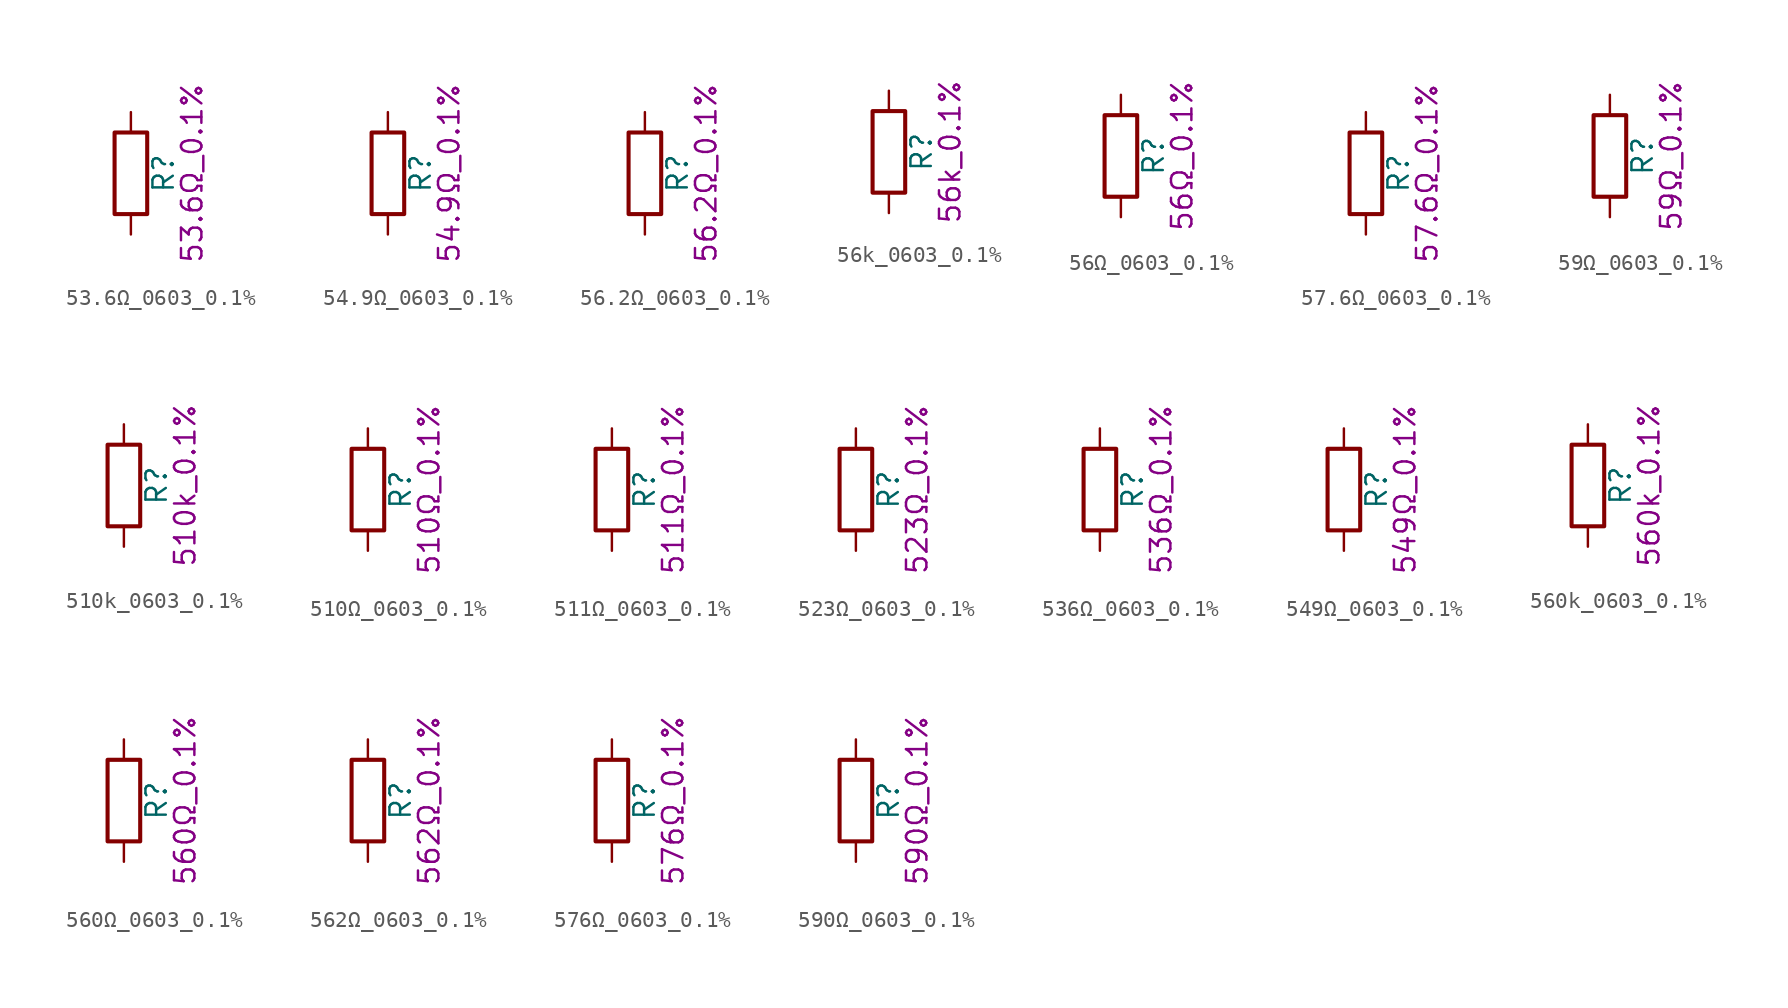
<source format=kicad_sym>
(kicad_symbol_lib
  (version 20211014)
  (generator kicad_symbol_editor)
  (symbol "53.6Ω_0603_0.1%"
    (pin_numbers hide)
    (pin_names
      (offset 0))
    (property "Reference" "R"
      (at 2.032 0 90)
      (effects (font (size 1.27 1.27))))
    (property "Display" "53.6Ω_0.1%"
      (at 3.81 0 90)
      (effects (font (size 1.27 1.27))))
    (symbol "53.6Ω_0603_0.1%_0_1"
      (rectangle (start -1.016 -2.54) (end 1.016 2.54) (stroke (width 0.254) (type default) (color 0 0 0 0)) (fill (type none))))
    (symbol "53.6Ω_0603_0.1%_1_1"
      (pin passive line (at 0 3.81 270) (length 1.27) (name "~" (effects (font (size 1.27 1.27)))) (number "1" (effects (font (size 1.27 1.27)))))
      (pin passive line (at 0 -3.81 90) (length 1.27) (name "~" (effects (font (size 1.27 1.27)))) (number "2" (effects (font (size 1.27 1.27)))))))
  (symbol "54.9Ω_0603_0.1%"
    (pin_numbers hide)
    (pin_names
      (offset 0))
    (property "Reference" "R"
      (at 2.032 0 90)
      (effects (font (size 1.27 1.27))))
    (property "Display" "54.9Ω_0.1%"
      (at 3.81 0 90)
      (effects (font (size 1.27 1.27))))
    (symbol "54.9Ω_0603_0.1%_0_1"
      (rectangle (start -1.016 -2.54) (end 1.016 2.54) (stroke (width 0.254) (type default) (color 0 0 0 0)) (fill (type none))))
    (symbol "54.9Ω_0603_0.1%_1_1"
      (pin passive line (at 0 3.81 270) (length 1.27) (name "~" (effects (font (size 1.27 1.27)))) (number "1" (effects (font (size 1.27 1.27)))))
      (pin passive line (at 0 -3.81 90) (length 1.27) (name "~" (effects (font (size 1.27 1.27)))) (number "2" (effects (font (size 1.27 1.27)))))))
  (symbol "56.2Ω_0603_0.1%"
    (pin_numbers hide)
    (pin_names
      (offset 0))
    (property "Reference" "R"
      (at 2.032 0 90)
      (effects (font (size 1.27 1.27))))
    (property "Display" "56.2Ω_0.1%"
      (at 3.81 0 90)
      (effects (font (size 1.27 1.27))))
    (symbol "56.2Ω_0603_0.1%_0_1"
      (rectangle (start -1.016 -2.54) (end 1.016 2.54) (stroke (width 0.254) (type default) (color 0 0 0 0)) (fill (type none))))
    (symbol "56.2Ω_0603_0.1%_1_1"
      (pin passive line (at 0 3.81 270) (length 1.27) (name "~" (effects (font (size 1.27 1.27)))) (number "1" (effects (font (size 1.27 1.27)))))
      (pin passive line (at 0 -3.81 90) (length 1.27) (name "~" (effects (font (size 1.27 1.27)))) (number "2" (effects (font (size 1.27 1.27)))))))
  (symbol "56k_0603_0.1%"
    (pin_numbers hide)
    (pin_names
      (offset 0))
    (property "Reference" "R"
      (at 2.032 0 90)
      (effects (font (size 1.27 1.27))))
    (property "Display" "56k_0.1%"
      (at 3.81 0 90)
      (effects (font (size 1.27 1.27))))
    (symbol "56k_0603_0.1%_0_1"
      (rectangle (start -1.016 -2.54) (end 1.016 2.54) (stroke (width 0.254) (type default) (color 0 0 0 0)) (fill (type none))))
    (symbol "56k_0603_0.1%_1_1"
      (pin passive line (at 0 3.81 270) (length 1.27) (name "~" (effects (font (size 1.27 1.27)))) (number "1" (effects (font (size 1.27 1.27)))))
      (pin passive line (at 0 -3.81 90) (length 1.27) (name "~" (effects (font (size 1.27 1.27)))) (number "2" (effects (font (size 1.27 1.27)))))))
  (symbol "56Ω_0603_0.1%"
    (pin_numbers hide)
    (pin_names
      (offset 0))
    (property "Reference" "R"
      (at 2.032 0 90)
      (effects (font (size 1.27 1.27))))
    (property "Display" "56Ω_0.1%"
      (at 3.81 0 90)
      (effects (font (size 1.27 1.27))))
    (symbol "56Ω_0603_0.1%_0_1"
      (rectangle (start -1.016 -2.54) (end 1.016 2.54) (stroke (width 0.254) (type default) (color 0 0 0 0)) (fill (type none))))
    (symbol "56Ω_0603_0.1%_1_1"
      (pin passive line (at 0 3.81 270) (length 1.27) (name "~" (effects (font (size 1.27 1.27)))) (number "1" (effects (font (size 1.27 1.27)))))
      (pin passive line (at 0 -3.81 90) (length 1.27) (name "~" (effects (font (size 1.27 1.27)))) (number "2" (effects (font (size 1.27 1.27)))))))
  (symbol "57.6Ω_0603_0.1%"
    (pin_numbers hide)
    (pin_names
      (offset 0))
    (property "Reference" "R"
      (at 2.032 0 90)
      (effects (font (size 1.27 1.27))))
    (property "Display" "57.6Ω_0.1%"
      (at 3.81 0 90)
      (effects (font (size 1.27 1.27))))
    (symbol "57.6Ω_0603_0.1%_0_1"
      (rectangle (start -1.016 -2.54) (end 1.016 2.54) (stroke (width 0.254) (type default) (color 0 0 0 0)) (fill (type none))))
    (symbol "57.6Ω_0603_0.1%_1_1"
      (pin passive line (at 0 3.81 270) (length 1.27) (name "~" (effects (font (size 1.27 1.27)))) (number "1" (effects (font (size 1.27 1.27)))))
      (pin passive line (at 0 -3.81 90) (length 1.27) (name "~" (effects (font (size 1.27 1.27)))) (number "2" (effects (font (size 1.27 1.27)))))))
  (symbol "59Ω_0603_0.1%"
    (pin_numbers hide)
    (pin_names
      (offset 0))
    (property "Reference" "R"
      (at 2.032 0 90)
      (effects (font (size 1.27 1.27))))
    (property "Display" "59Ω_0.1%"
      (at 3.81 0 90)
      (effects (font (size 1.27 1.27))))
    (symbol "59Ω_0603_0.1%_0_1"
      (rectangle (start -1.016 -2.54) (end 1.016 2.54) (stroke (width 0.254) (type default) (color 0 0 0 0)) (fill (type none))))
    (symbol "59Ω_0603_0.1%_1_1"
      (pin passive line (at 0 3.81 270) (length 1.27) (name "~" (effects (font (size 1.27 1.27)))) (number "1" (effects (font (size 1.27 1.27)))))
      (pin passive line (at 0 -3.81 90) (length 1.27) (name "~" (effects (font (size 1.27 1.27)))) (number "2" (effects (font (size 1.27 1.27)))))))
  (symbol "510k_0603_0.1%"
    (pin_numbers hide)
    (pin_names
      (offset 0))
    (property "Reference" "R"
      (at 2.032 0 90)
      (effects (font (size 1.27 1.27))))
    (property "Display" "510k_0.1%"
      (at 3.81 0 90)
      (effects (font (size 1.27 1.27))))
    (symbol "510k_0603_0.1%_0_1"
      (rectangle (start -1.016 -2.54) (end 1.016 2.54) (stroke (width 0.254) (type default) (color 0 0 0 0)) (fill (type none))))
    (symbol "510k_0603_0.1%_1_1"
      (pin passive line (at 0 3.81 270) (length 1.27) (name "~" (effects (font (size 1.27 1.27)))) (number "1" (effects (font (size 1.27 1.27)))))
      (pin passive line (at 0 -3.81 90) (length 1.27) (name "~" (effects (font (size 1.27 1.27)))) (number "2" (effects (font (size 1.27 1.27)))))))
  (symbol "510Ω_0603_0.1%"
    (pin_numbers hide)
    (pin_names
      (offset 0))
    (property "Reference" "R"
      (at 2.032 0 90)
      (effects (font (size 1.27 1.27))))
    (property "Display" "510Ω_0.1%"
      (at 3.81 0 90)
      (effects (font (size 1.27 1.27))))
    (symbol "510Ω_0603_0.1%_0_1"
      (rectangle (start -1.016 -2.54) (end 1.016 2.54) (stroke (width 0.254) (type default) (color 0 0 0 0)) (fill (type none))))
    (symbol "510Ω_0603_0.1%_1_1"
      (pin passive line (at 0 3.81 270) (length 1.27) (name "~" (effects (font (size 1.27 1.27)))) (number "1" (effects (font (size 1.27 1.27)))))
      (pin passive line (at 0 -3.81 90) (length 1.27) (name "~" (effects (font (size 1.27 1.27)))) (number "2" (effects (font (size 1.27 1.27)))))))
  (symbol "511Ω_0603_0.1%"
    (pin_numbers hide)
    (pin_names
      (offset 0))
    (property "Reference" "R"
      (at 2.032 0 90)
      (effects (font (size 1.27 1.27))))
    (property "Display" "511Ω_0.1%"
      (at 3.81 0 90)
      (effects (font (size 1.27 1.27))))
    (symbol "511Ω_0603_0.1%_0_1"
      (rectangle (start -1.016 -2.54) (end 1.016 2.54) (stroke (width 0.254) (type default) (color 0 0 0 0)) (fill (type none))))
    (symbol "511Ω_0603_0.1%_1_1"
      (pin passive line (at 0 3.81 270) (length 1.27) (name "~" (effects (font (size 1.27 1.27)))) (number "1" (effects (font (size 1.27 1.27)))))
      (pin passive line (at 0 -3.81 90) (length 1.27) (name "~" (effects (font (size 1.27 1.27)))) (number "2" (effects (font (size 1.27 1.27)))))))
  (symbol "523Ω_0603_0.1%"
    (pin_numbers hide)
    (pin_names
      (offset 0))
    (property "Reference" "R"
      (at 2.032 0 90)
      (effects (font (size 1.27 1.27))))
    (property "Display" "523Ω_0.1%"
      (at 3.81 0 90)
      (effects (font (size 1.27 1.27))))
    (symbol "523Ω_0603_0.1%_0_1"
      (rectangle (start -1.016 -2.54) (end 1.016 2.54) (stroke (width 0.254) (type default) (color 0 0 0 0)) (fill (type none))))
    (symbol "523Ω_0603_0.1%_1_1"
      (pin passive line (at 0 3.81 270) (length 1.27) (name "~" (effects (font (size 1.27 1.27)))) (number "1" (effects (font (size 1.27 1.27)))))
      (pin passive line (at 0 -3.81 90) (length 1.27) (name "~" (effects (font (size 1.27 1.27)))) (number "2" (effects (font (size 1.27 1.27)))))))
  (symbol "536Ω_0603_0.1%"
    (pin_numbers hide)
    (pin_names
      (offset 0))
    (property "Reference" "R"
      (at 2.032 0 90)
      (effects (font (size 1.27 1.27))))
    (property "Display" "536Ω_0.1%"
      (at 3.81 0 90)
      (effects (font (size 1.27 1.27))))
    (symbol "536Ω_0603_0.1%_0_1"
      (rectangle (start -1.016 -2.54) (end 1.016 2.54) (stroke (width 0.254) (type default) (color 0 0 0 0)) (fill (type none))))
    (symbol "536Ω_0603_0.1%_1_1"
      (pin passive line (at 0 3.81 270) (length 1.27) (name "~" (effects (font (size 1.27 1.27)))) (number "1" (effects (font (size 1.27 1.27)))))
      (pin passive line (at 0 -3.81 90) (length 1.27) (name "~" (effects (font (size 1.27 1.27)))) (number "2" (effects (font (size 1.27 1.27)))))))
  (symbol "549Ω_0603_0.1%"
    (pin_numbers hide)
    (pin_names
      (offset 0))
    (property "Reference" "R"
      (at 2.032 0 90)
      (effects (font (size 1.27 1.27))))
    (property "Display" "549Ω_0.1%"
      (at 3.81 0 90)
      (effects (font (size 1.27 1.27))))
    (symbol "549Ω_0603_0.1%_0_1"
      (rectangle (start -1.016 -2.54) (end 1.016 2.54) (stroke (width 0.254) (type default) (color 0 0 0 0)) (fill (type none))))
    (symbol "549Ω_0603_0.1%_1_1"
      (pin passive line (at 0 3.81 270) (length 1.27) (name "~" (effects (font (size 1.27 1.27)))) (number "1" (effects (font (size 1.27 1.27)))))
      (pin passive line (at 0 -3.81 90) (length 1.27) (name "~" (effects (font (size 1.27 1.27)))) (number "2" (effects (font (size 1.27 1.27)))))))
  (symbol "560k_0603_0.1%"
    (pin_numbers hide)
    (pin_names
      (offset 0))
    (property "Reference" "R"
      (at 2.032 0 90)
      (effects (font (size 1.27 1.27))))
    (property "Display" "560k_0.1%"
      (at 3.81 0 90)
      (effects (font (size 1.27 1.27))))
    (symbol "560k_0603_0.1%_0_1"
      (rectangle (start -1.016 -2.54) (end 1.016 2.54) (stroke (width 0.254) (type default) (color 0 0 0 0)) (fill (type none))))
    (symbol "560k_0603_0.1%_1_1"
      (pin passive line (at 0 3.81 270) (length 1.27) (name "~" (effects (font (size 1.27 1.27)))) (number "1" (effects (font (size 1.27 1.27)))))
      (pin passive line (at 0 -3.81 90) (length 1.27) (name "~" (effects (font (size 1.27 1.27)))) (number "2" (effects (font (size 1.27 1.27)))))))
  (symbol "560Ω_0603_0.1%"
    (pin_numbers hide)
    (pin_names
      (offset 0))
    (property "Reference" "R"
      (at 2.032 0 90)
      (effects (font (size 1.27 1.27))))
    (property "Display" "560Ω_0.1%"
      (at 3.81 0 90)
      (effects (font (size 1.27 1.27))))
    (symbol "560Ω_0603_0.1%_0_1"
      (rectangle (start -1.016 -2.54) (end 1.016 2.54) (stroke (width 0.254) (type default) (color 0 0 0 0)) (fill (type none))))
    (symbol "560Ω_0603_0.1%_1_1"
      (pin passive line (at 0 3.81 270) (length 1.27) (name "~" (effects (font (size 1.27 1.27)))) (number "1" (effects (font (size 1.27 1.27)))))
      (pin passive line (at 0 -3.81 90) (length 1.27) (name "~" (effects (font (size 1.27 1.27)))) (number "2" (effects (font (size 1.27 1.27)))))))
  (symbol "562Ω_0603_0.1%"
    (pin_numbers hide)
    (pin_names
      (offset 0))
    (property "Reference" "R"
      (at 2.032 0 90)
      (effects (font (size 1.27 1.27))))
    (property "Display" "562Ω_0.1%"
      (at 3.81 0 90)
      (effects (font (size 1.27 1.27))))
    (symbol "562Ω_0603_0.1%_0_1"
      (rectangle (start -1.016 -2.54) (end 1.016 2.54) (stroke (width 0.254) (type default) (color 0 0 0 0)) (fill (type none))))
    (symbol "562Ω_0603_0.1%_1_1"
      (pin passive line (at 0 3.81 270) (length 1.27) (name "~" (effects (font (size 1.27 1.27)))) (number "1" (effects (font (size 1.27 1.27)))))
      (pin passive line (at 0 -3.81 90) (length 1.27) (name "~" (effects (font (size 1.27 1.27)))) (number "2" (effects (font (size 1.27 1.27)))))))
  (symbol "576Ω_0603_0.1%"
    (pin_numbers hide)
    (pin_names
      (offset 0))
    (property "Reference" "R"
      (at 2.032 0 90)
      (effects (font (size 1.27 1.27))))
    (property "Display" "576Ω_0.1%"
      (at 3.81 0 90)
      (effects (font (size 1.27 1.27))))
    (symbol "576Ω_0603_0.1%_0_1"
      (rectangle (start -1.016 -2.54) (end 1.016 2.54) (stroke (width 0.254) (type default) (color 0 0 0 0)) (fill (type none))))
    (symbol "576Ω_0603_0.1%_1_1"
      (pin passive line (at 0 3.81 270) (length 1.27) (name "~" (effects (font (size 1.27 1.27)))) (number "1" (effects (font (size 1.27 1.27)))))
      (pin passive line (at 0 -3.81 90) (length 1.27) (name "~" (effects (font (size 1.27 1.27)))) (number "2" (effects (font (size 1.27 1.27)))))))
  (symbol "590Ω_0603_0.1%"
    (pin_numbers hide)
    (pin_names
      (offset 0))
    (property "Reference" "R"
      (at 2.032 0 90)
      (effects (font (size 1.27 1.27))))
    (property "Display" "590Ω_0.1%"
      (at 3.81 0 90)
      (effects (font (size 1.27 1.27))))
    (symbol "590Ω_0603_0.1%_0_1"
      (rectangle (start -1.016 -2.54) (end 1.016 2.54) (stroke (width 0.254) (type default) (color 0 0 0 0)) (fill (type none))))
    (symbol "590Ω_0603_0.1%_1_1"
      (pin passive line (at 0 3.81 270) (length 1.27) (name "~" (effects (font (size 1.27 1.27)))) (number "1" (effects (font (size 1.27 1.27)))))
      (pin passive line (at 0 -3.81 90) (length 1.27) (name "~" (effects (font (size 1.27 1.27)))) (number "2" (effects (font (size 1.27 1.27))))))))
</source>
